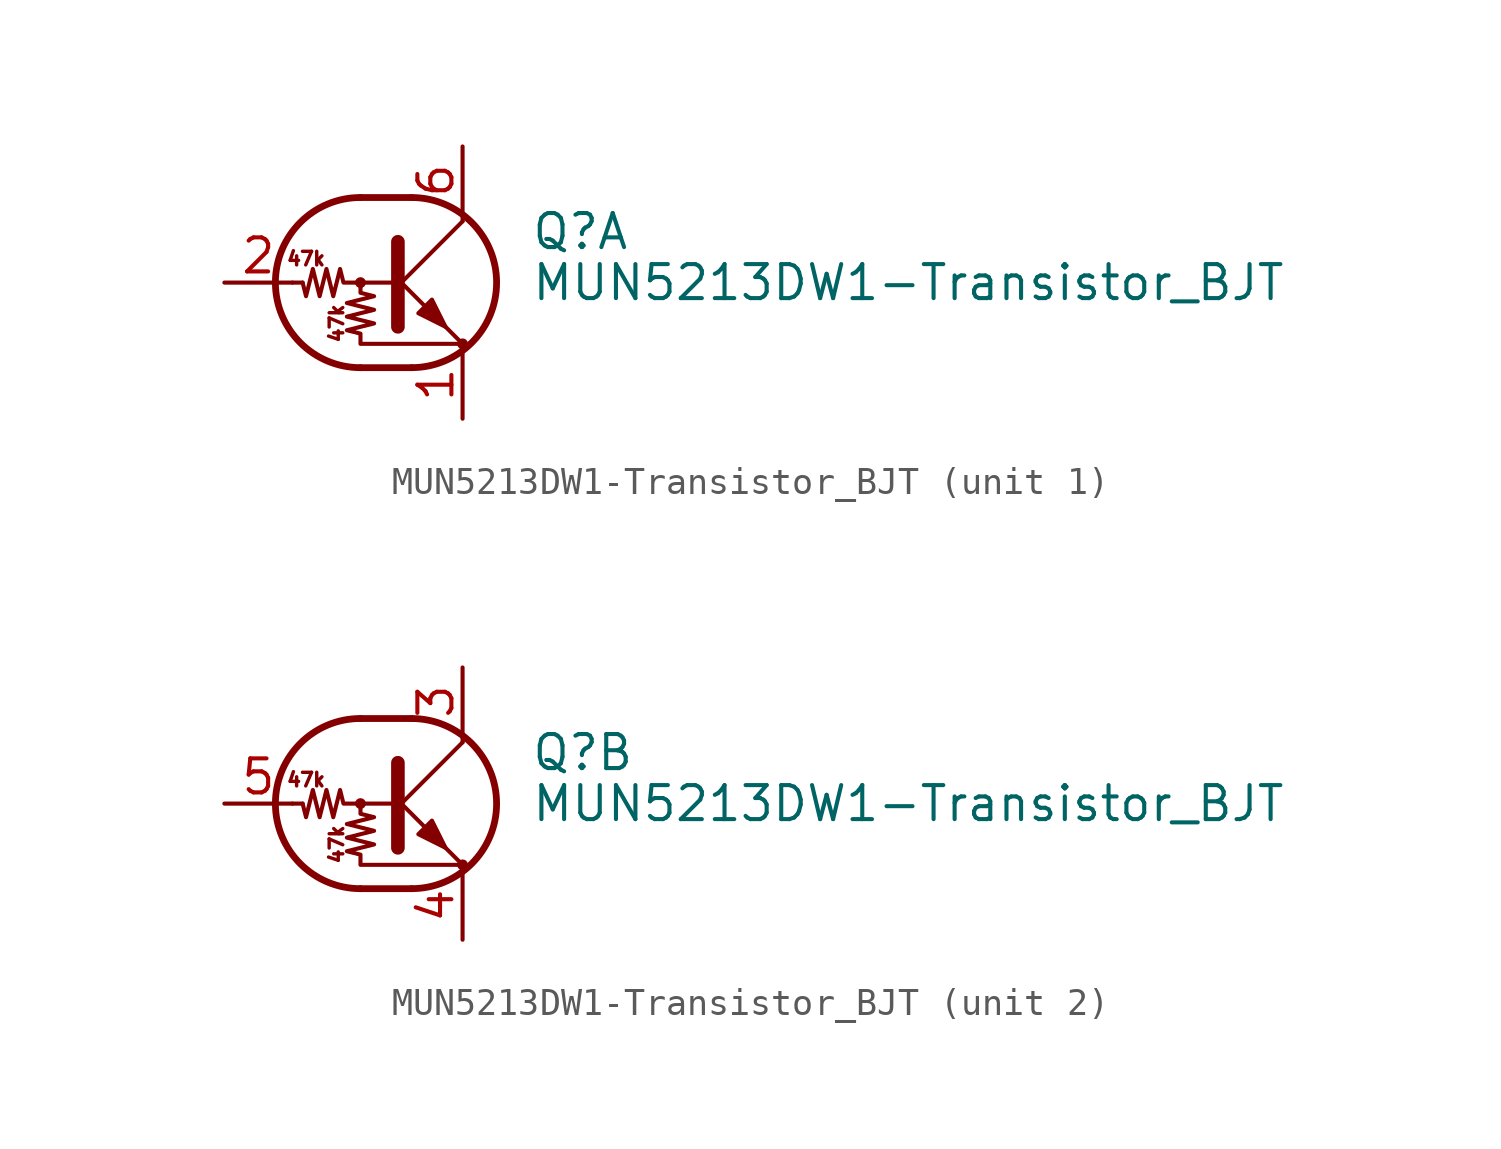
<source format=kicad_sym>
(kicad_symbol_lib
  (version 20211014)
  (generator kicad_symbol_editor)
  (symbol "MUN5213DW1-Transistor_BJT"
    (pin_names
      (offset 0) hide)
    (property "Reference" "Q"
      (at 5.08 1.905 0)
      (effects (font (size 1.27 1.27)) (justify left)))
    (property "Value" "MUN5213DW1-Transistor_BJT"
      (at 5.08 0 0)
      (effects (font (size 1.27 1.27)) (justify left)))
    (symbol "MUN5213DW1-Transistor_BJT_0_0"
      (text "47k" (at -3.302 0.889 0) (effects (font (size 0.508 0.508))))
      (text "47k" (at -2.159 -1.524 900) (effects (font (size 0.508 0.508)))))
    (symbol "MUN5213DW1-Transistor_BJT_0_1"
      (circle (center -1.27 0) (radius 0.127) (stroke (width 0) (type default) (color 0 0 0 0)) (fill (type none)))
      (arc (start -1.27 3.175) (mid -4.445 0) (end -1.27 -3.175) (stroke (width 0.254) (type default) (color 0 0 0 0)) (fill (type none)))
      (polyline (pts (xy -3.429 0) (xy -3.81 0)) (stroke (width 0) (type default) (color 0 0 0 0)) (fill (type none)))
      (polyline (pts (xy -1.27 -3.175) (xy 0.635 -3.175)) (stroke (width 0.254) (type default) (color 0 0 0 0)) (fill (type none)))
      (polyline (pts (xy -1.27 3.175) (xy 0.635 3.175)) (stroke (width 0.254) (type default) (color 0 0 0 0)) (fill (type none)))
      (polyline (pts (xy 0 -0.254) (xy 2.54 2.286)) (stroke (width 0) (type default) (color 0 0 0 0)) (fill (type none)))
      (polyline (pts (xy 0.127 1.524) (xy 0.127 -1.651)) (stroke (width 0.508) (type default) (color 0 0 0 0)) (fill (type outline)))
      (polyline (pts (xy 2.54 2.286) (xy 2.54 2.54)) (stroke (width 0) (type default) (color 0 0 0 0)) (fill (type none)))
      (polyline (pts (xy 2.54 -2.286) (xy 0 0.254) (xy 0 0.254)) (stroke (width 0) (type default) (color 0 0 0 0)) (fill (type none)))
      (polyline (pts (xy 0.889 -1.143) (xy 1.397 -0.635) (xy 1.905 -1.651) (xy 0.889 -1.143)) (stroke (width 0) (type default) (color 0 0 0 0)) (fill (type outline)))
      (polyline (pts (xy 0 0) (xy -1.905 0) (xy -2.032 0.508) (xy -2.286 -0.508) (xy -2.54 0.508) (xy -2.794 -0.508) (xy -3.048 0.508) (xy -3.302 -0.508) (xy -3.429 0)) (stroke (width 0) (type default) (color 0 0 0 0)) (fill (type none)))
      (polyline (pts (xy -1.27 0) (xy -1.27 -0.381) (xy -0.762 -0.508) (xy -1.778 -0.762) (xy -0.762 -1.016) (xy -1.778 -1.27) (xy -0.762 -1.524) (xy -1.778 -1.778) (xy -1.27 -1.905) (xy -1.27 -2.286) (xy 2.54 -2.286)) (stroke (width 0) (type default) (color 0 0 0 0)) (fill (type none)))
      (arc (start 0.635 -3.175) (mid 3.81 0) (end 0.635 3.175) (stroke (width 0.254) (type default) (color 0 0 0 0)) (fill (type none)))
      (circle (center 2.54 -2.286) (radius 0.127) (stroke (width 0) (type default) (color 0 0 0 0)) (fill (type none))))
    (symbol "MUN5213DW1-Transistor_BJT_1_1"
      (pin passive line (at 2.54 -5.08 90) (length 2.54) (name "E" (effects (font (size 1.27 1.27)))) (number "1" (effects (font (size 1.27 1.27)))))
      (pin input line (at -6.35 0 0) (length 2.54) (name "B" (effects (font (size 1.27 1.27)))) (number "2" (effects (font (size 1.27 1.27)))))
      (pin passive line (at 2.54 5.08 270) (length 2.54) (name "C" (effects (font (size 1.27 1.27)))) (number "6" (effects (font (size 1.27 1.27))))))
    (symbol "MUN5213DW1-Transistor_BJT_2_1"
      (pin passive line (at 2.54 5.08 270) (length 2.54) (name "C" (effects (font (size 1.27 1.27)))) (number "3" (effects (font (size 1.27 1.27)))))
      (pin passive line (at 2.54 -5.08 90) (length 2.54) (name "E" (effects (font (size 1.27 1.27)))) (number "4" (effects (font (size 1.27 1.27)))))
      (pin input line (at -6.35 0 0) (length 2.54) (name "B" (effects (font (size 1.27 1.27)))) (number "5" (effects (font (size 1.27 1.27))))))))
</source>
